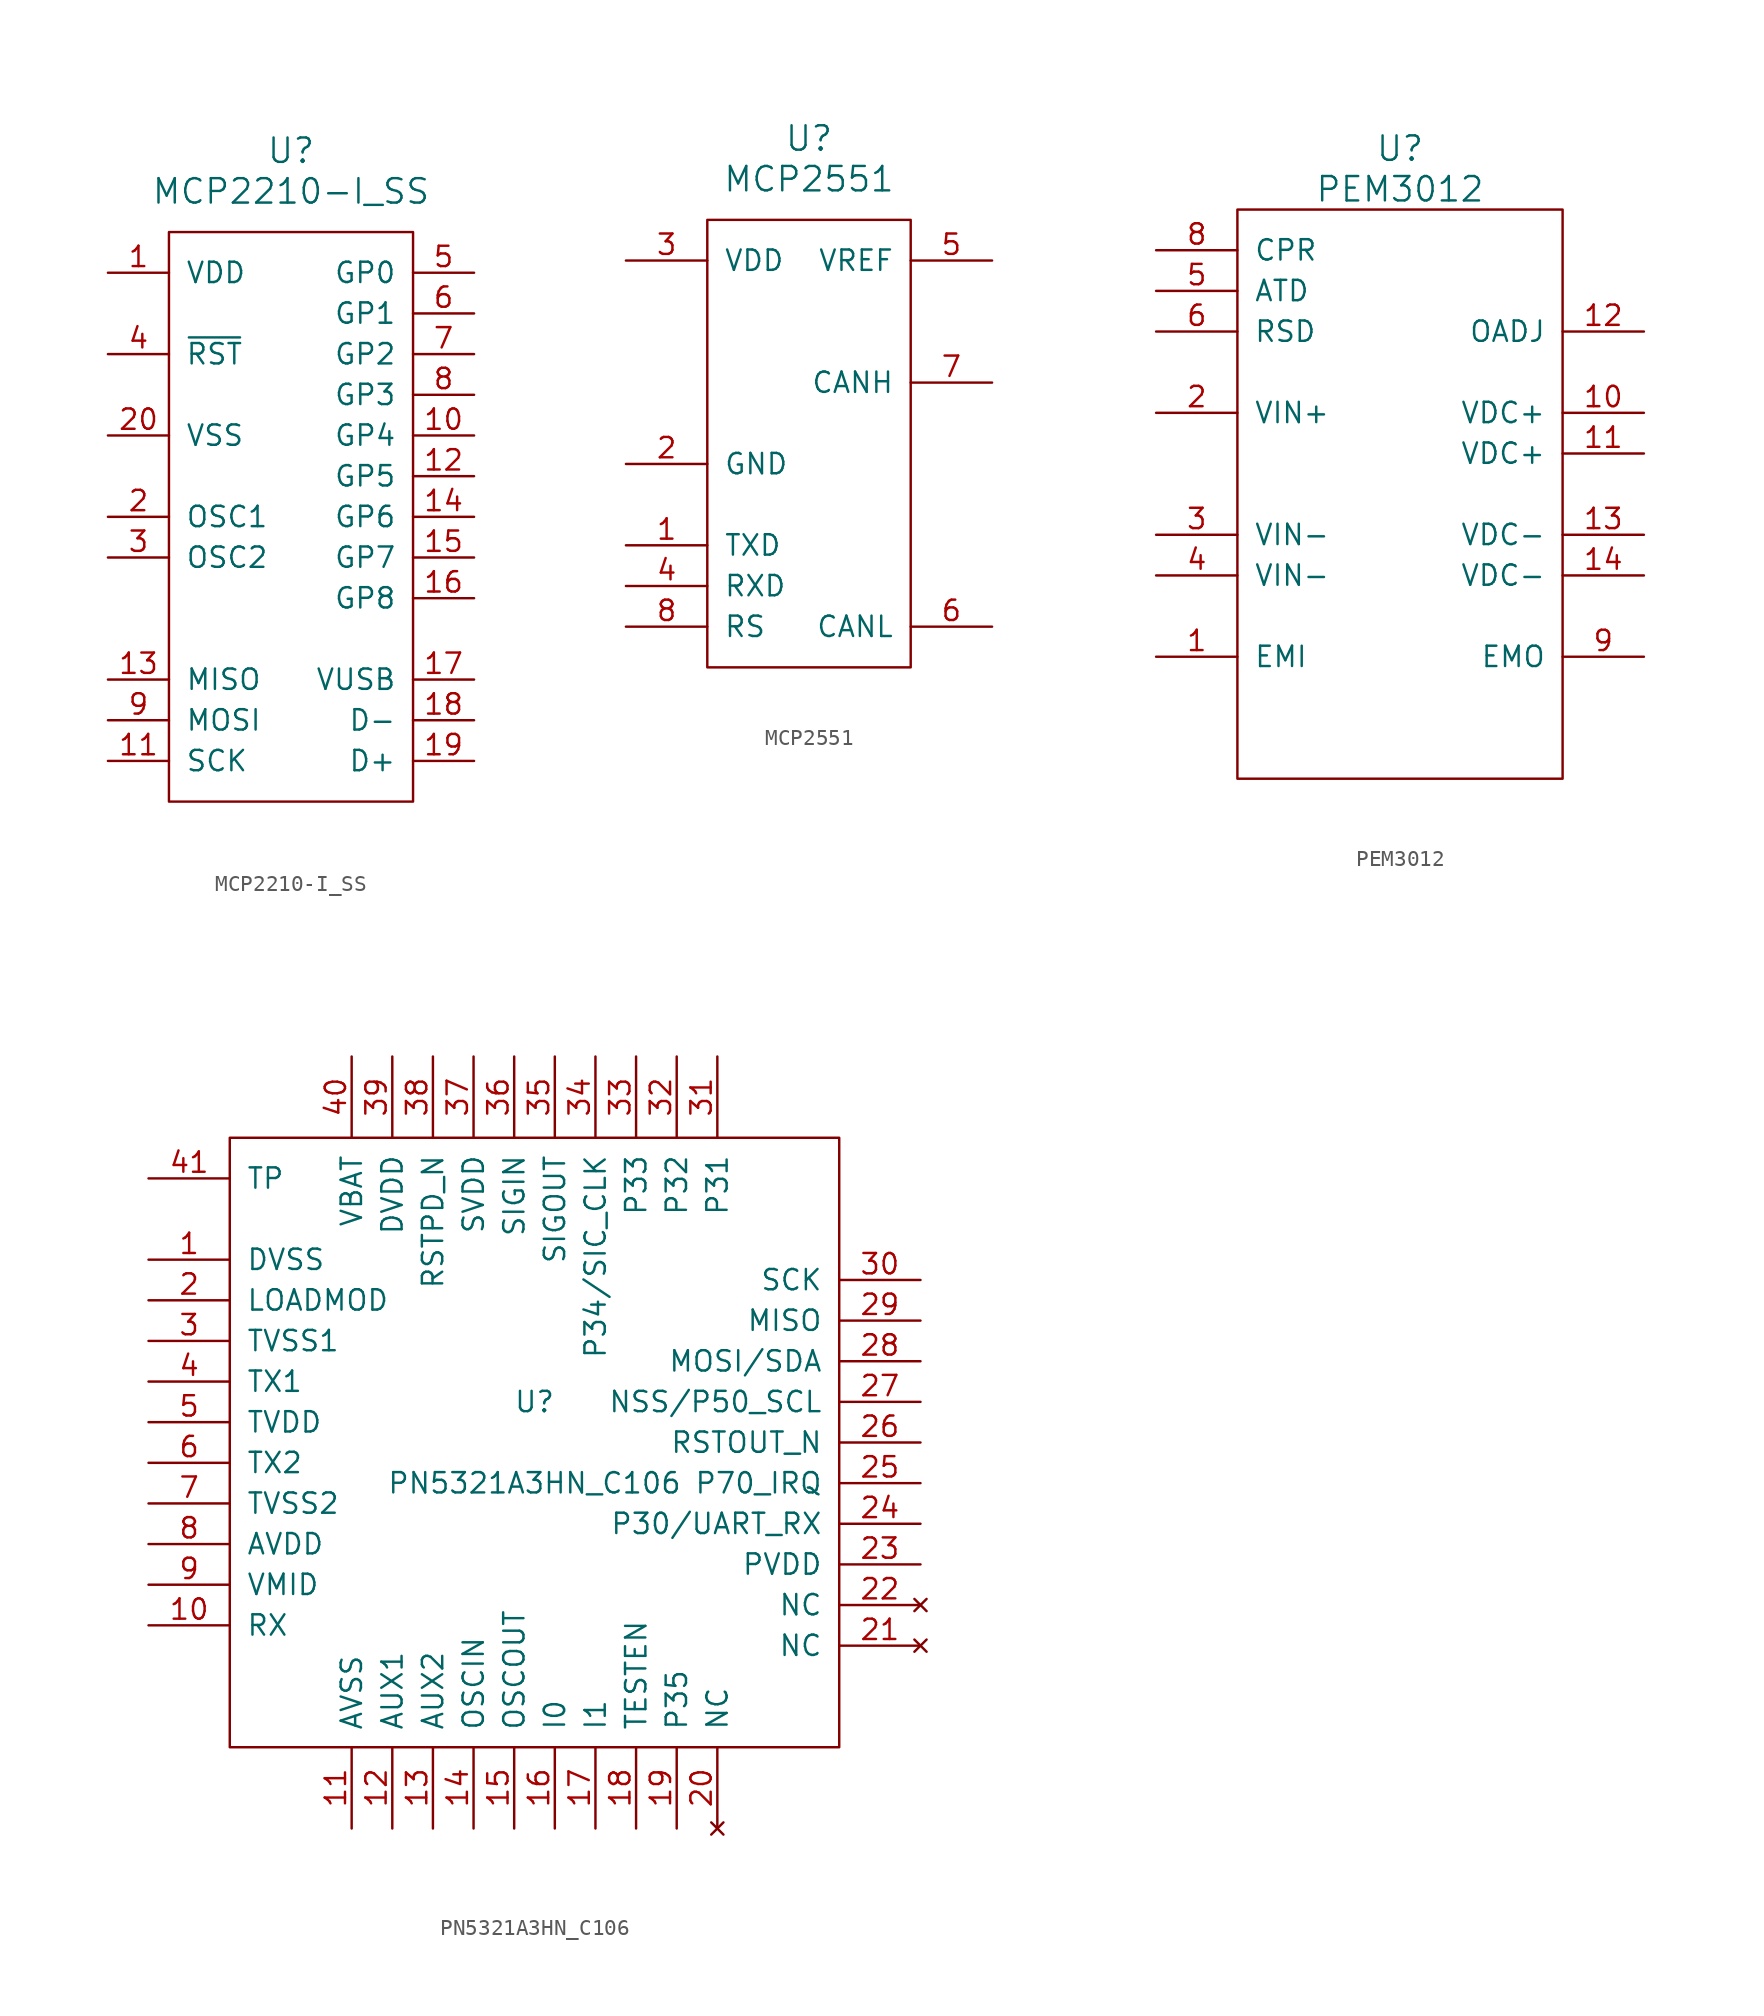
<source format=kicad_sym>
(kicad_symbol_lib
  (version 20201005)
  (generator kicad_symbol_editor)
  (symbol "MCP2210-I_SS"
    (pin_names
      (offset 1.016))
    (property "Reference" "U"
      (at 0 22.86 0)
      (effects (font (size 1.524 1.524))))
    (property "Value" "MCP2210-I_SS"
      (at 0 20.32 0)
      (effects (font (size 1.524 1.524))))
    (symbol "MCP2210-I_SS_0_1"
      (rectangle (start -7.62 17.78) (end 7.62 -17.78) (stroke (width 0)) (fill (type none))))
    (symbol "MCP2210-I_SS_1_1"
      (pin power_in line (at -11.43 15.24 0) (length 3.81) (name "VDD" (effects (font (size 1.27 1.27)))) (number "1" (effects (font (size 1.27 1.27)))))
      (pin bidirectional line (at 11.43 5.08 180) (length 3.81) (name "GP4" (effects (font (size 1.27 1.27)))) (number "10" (effects (font (size 1.27 1.27)))))
      (pin output line (at -11.43 -15.24 0) (length 3.81) (name "SCK" (effects (font (size 1.27 1.27)))) (number "11" (effects (font (size 1.27 1.27)))))
      (pin bidirectional line (at 11.43 2.54 180) (length 3.81) (name "GP5" (effects (font (size 1.27 1.27)))) (number "12" (effects (font (size 1.27 1.27)))))
      (pin input line (at -11.43 -10.16 0) (length 3.81) (name "MISO" (effects (font (size 1.27 1.27)))) (number "13" (effects (font (size 1.27 1.27)))))
      (pin bidirectional line (at 11.43 0 180) (length 3.81) (name "GP6" (effects (font (size 1.27 1.27)))) (number "14" (effects (font (size 1.27 1.27)))))
      (pin bidirectional line (at 11.43 -2.54 180) (length 3.81) (name "GP7" (effects (font (size 1.27 1.27)))) (number "15" (effects (font (size 1.27 1.27)))))
      (pin bidirectional line (at 11.43 -5.08 180) (length 3.81) (name "GP8" (effects (font (size 1.27 1.27)))) (number "16" (effects (font (size 1.27 1.27)))))
      (pin output line (at 11.43 -10.16 180) (length 3.81) (name "VUSB" (effects (font (size 1.27 1.27)))) (number "17" (effects (font (size 1.27 1.27)))))
      (pin bidirectional line (at 11.43 -12.7 180) (length 3.81) (name "D-" (effects (font (size 1.27 1.27)))) (number "18" (effects (font (size 1.27 1.27)))))
      (pin bidirectional line (at 11.43 -15.24 180) (length 3.81) (name "D+" (effects (font (size 1.27 1.27)))) (number "19" (effects (font (size 1.27 1.27)))))
      (pin input line (at -11.43 0 0) (length 3.81) (name "OSC1" (effects (font (size 1.27 1.27)))) (number "2" (effects (font (size 1.27 1.27)))))
      (pin power_in line (at -11.43 5.08 0) (length 3.81) (name "VSS" (effects (font (size 1.27 1.27)))) (number "20" (effects (font (size 1.27 1.27)))))
      (pin output line (at -11.43 -2.54 0) (length 3.81) (name "OSC2" (effects (font (size 1.27 1.27)))) (number "3" (effects (font (size 1.27 1.27)))))
      (pin input line (at -11.43 10.16 0) (length 3.81) (name "~RST" (effects (font (size 1.27 1.27)))) (number "4" (effects (font (size 1.27 1.27)))))
      (pin bidirectional line (at 11.43 15.24 180) (length 3.81) (name "GP0" (effects (font (size 1.27 1.27)))) (number "5" (effects (font (size 1.27 1.27)))))
      (pin bidirectional line (at 11.43 12.7 180) (length 3.81) (name "GP1" (effects (font (size 1.27 1.27)))) (number "6" (effects (font (size 1.27 1.27)))))
      (pin bidirectional line (at 11.43 10.16 180) (length 3.81) (name "GP2" (effects (font (size 1.27 1.27)))) (number "7" (effects (font (size 1.27 1.27)))))
      (pin bidirectional line (at 11.43 7.62 180) (length 3.81) (name "GP3" (effects (font (size 1.27 1.27)))) (number "8" (effects (font (size 1.27 1.27)))))
      (pin output line (at -11.43 -12.7 0) (length 3.81) (name "MOSI" (effects (font (size 1.27 1.27)))) (number "9" (effects (font (size 1.27 1.27)))))))
  (symbol "MCP2551"
    (pin_names
      (offset 1.016))
    (property "Reference" "U"
      (at 0 15.24 0)
      (effects (font (size 1.524 1.524))))
    (property "Value" "MCP2551"
      (at 0 12.7 0)
      (effects (font (size 1.524 1.524))))
    (symbol "MCP2551_0_1"
      (rectangle (start -6.35 10.16) (end 6.35 -17.78) (stroke (width 0)) (fill (type none))))
    (symbol "MCP2551_1_1"
      (pin input line (at -11.43 -10.16 0) (length 5.08) (name "TXD" (effects (font (size 1.27 1.27)))) (number "1" (effects (font (size 1.27 1.27)))))
      (pin power_in line (at -11.43 -5.08 0) (length 5.08) (name "GND" (effects (font (size 1.27 1.27)))) (number "2" (effects (font (size 1.27 1.27)))))
      (pin power_in line (at -11.43 7.62 0) (length 5.08) (name "VDD" (effects (font (size 1.27 1.27)))) (number "3" (effects (font (size 1.27 1.27)))))
      (pin output line (at -11.43 -12.7 0) (length 5.08) (name "RXD" (effects (font (size 1.27 1.27)))) (number "4" (effects (font (size 1.27 1.27)))))
      (pin power_out line (at 11.43 7.62 180) (length 5.08) (name "VREF" (effects (font (size 1.27 1.27)))) (number "5" (effects (font (size 1.27 1.27)))))
      (pin bidirectional line (at 11.43 -15.24 180) (length 5.08) (name "CANL" (effects (font (size 1.27 1.27)))) (number "6" (effects (font (size 1.27 1.27)))))
      (pin bidirectional line (at 11.43 0 180) (length 5.08) (name "CANH" (effects (font (size 1.27 1.27)))) (number "7" (effects (font (size 1.27 1.27)))))
      (pin input line (at -11.43 -15.24 0) (length 5.08) (name "RS" (effects (font (size 1.27 1.27)))) (number "8" (effects (font (size 1.27 1.27)))))))
  (symbol "PEM3012"
    (pin_names
      (offset 1.016))
    (property "Reference" "U"
      (at 0 21.59 0)
      (effects (font (size 1.524 1.524))))
    (property "Value" "PEM3012"
      (at 0 19.05 0)
      (effects (font (size 1.524 1.524))))
    (symbol "PEM3012_0_1"
      (rectangle (start -10.16 17.78) (end 10.16 -17.78) (stroke (width 0)) (fill (type none))))
    (symbol "PEM3012_1_1"
      (pin passive line (at -15.24 -10.16 0) (length 5.08) (name "EMI" (effects (font (size 1.27 1.27)))) (number "1" (effects (font (size 1.27 1.27)))))
      (pin power_out line (at 15.24 5.08 180) (length 5.08) (name "VDC+" (effects (font (size 1.27 1.27)))) (number "10" (effects (font (size 1.27 1.27)))))
      (pin power_out line (at 15.24 2.54 180) (length 5.08) (name "VDC+" (effects (font (size 1.27 1.27)))) (number "11" (effects (font (size 1.27 1.27)))))
      (pin input line (at 15.24 10.16 180) (length 5.08) (name "OADJ" (effects (font (size 1.27 1.27)))) (number "12" (effects (font (size 1.27 1.27)))))
      (pin power_out line (at 15.24 -2.54 180) (length 5.08) (name "VDC-" (effects (font (size 1.27 1.27)))) (number "13" (effects (font (size 1.27 1.27)))))
      (pin power_out line (at 15.24 -5.08 180) (length 5.08) (name "VDC-" (effects (font (size 1.27 1.27)))) (number "14" (effects (font (size 1.27 1.27)))))
      (pin power_in line (at -15.24 5.08 0) (length 5.08) (name "VIN+" (effects (font (size 1.27 1.27)))) (number "2" (effects (font (size 1.27 1.27)))))
      (pin power_in line (at -15.24 -2.54 0) (length 5.08) (name "VIN-" (effects (font (size 1.27 1.27)))) (number "3" (effects (font (size 1.27 1.27)))))
      (pin power_in line (at -15.24 -5.08 0) (length 5.08) (name "VIN-" (effects (font (size 1.27 1.27)))) (number "4" (effects (font (size 1.27 1.27)))))
      (pin input line (at -15.24 12.7 0) (length 5.08) (name "ATD" (effects (font (size 1.27 1.27)))) (number "5" (effects (font (size 1.27 1.27)))))
      (pin input line (at -15.24 10.16 0) (length 5.08) (name "RSD" (effects (font (size 1.27 1.27)))) (number "6" (effects (font (size 1.27 1.27)))))
      (pin unconnected line (at 0 -17.78 90) (length 0) hide (name "NC" (effects (font (size 1.27 1.27)))) (number "7" (effects (font (size 1.27 1.27)))))
      (pin input line (at -15.24 15.24 0) (length 5.08) (name "CPR" (effects (font (size 1.27 1.27)))) (number "8" (effects (font (size 1.27 1.27)))))
      (pin passive line (at 15.24 -10.16 180) (length 5.08) (name "EMO" (effects (font (size 1.27 1.27)))) (number "9" (effects (font (size 1.27 1.27)))))))
  (symbol "PN5321A3HN_C106"
    (pin_names
      (offset 1.016))
    (property "Reference" "U"
      (at 0 2.54 0)
      (effects (font (size 1.27 1.27))))
    (property "Value" "PN5321A3HN_C106"
      (at 0 -2.54 0)
      (effects (font (size 1.27 1.27))))
    (symbol "PN5321A3HN_C106_0_1"
      (rectangle (start -19.05 19.05) (end 19.05 -19.05) (stroke (width 0)) (fill (type none))))
    (symbol "PN5321A3HN_C106_1_1"
      (pin power_in line (at -24.13 11.43 0) (length 5.08) (name "DVSS" (effects (font (size 1.27 1.27)))) (number "1" (effects (font (size 1.27 1.27)))))
      (pin input line (at -24.13 -11.43 0) (length 5.08) (name "RX" (effects (font (size 1.27 1.27)))) (number "10" (effects (font (size 1.27 1.27)))))
      (pin power_in line (at -11.43 -24.13 90) (length 5.08) (name "AVSS" (effects (font (size 1.27 1.27)))) (number "11" (effects (font (size 1.27 1.27)))))
      (pin output line (at -8.89 -24.13 90) (length 5.08) (name "AUX1" (effects (font (size 1.27 1.27)))) (number "12" (effects (font (size 1.27 1.27)))))
      (pin output line (at -6.35 -24.13 90) (length 5.08) (name "AUX2" (effects (font (size 1.27 1.27)))) (number "13" (effects (font (size 1.27 1.27)))))
      (pin input line (at -3.81 -24.13 90) (length 5.08) (name "OSCIN" (effects (font (size 1.27 1.27)))) (number "14" (effects (font (size 1.27 1.27)))))
      (pin output line (at -1.27 -24.13 90) (length 5.08) (name "OSCOUT" (effects (font (size 1.27 1.27)))) (number "15" (effects (font (size 1.27 1.27)))))
      (pin input line (at 1.27 -24.13 90) (length 5.08) (name "I0" (effects (font (size 1.27 1.27)))) (number "16" (effects (font (size 1.27 1.27)))))
      (pin input line (at 3.81 -24.13 90) (length 5.08) (name "I1" (effects (font (size 1.27 1.27)))) (number "17" (effects (font (size 1.27 1.27)))))
      (pin input line (at 6.35 -24.13 90) (length 5.08) (name "TESTEN" (effects (font (size 1.27 1.27)))) (number "18" (effects (font (size 1.27 1.27)))))
      (pin bidirectional line (at 8.89 -24.13 90) (length 5.08) (name "P35" (effects (font (size 1.27 1.27)))) (number "19" (effects (font (size 1.27 1.27)))))
      (pin output line (at -24.13 8.89 0) (length 5.08) (name "LOADMOD" (effects (font (size 1.27 1.27)))) (number "2" (effects (font (size 1.27 1.27)))))
      (pin unconnected line (at 11.43 -24.13 90) (length 5.08) (name "NC" (effects (font (size 1.27 1.27)))) (number "20" (effects (font (size 1.27 1.27)))))
      (pin unconnected line (at 24.13 -12.7 180) (length 5.08) (name "NC" (effects (font (size 1.27 1.27)))) (number "21" (effects (font (size 1.27 1.27)))))
      (pin unconnected line (at 24.13 -10.16 180) (length 5.08) (name "NC" (effects (font (size 1.27 1.27)))) (number "22" (effects (font (size 1.27 1.27)))))
      (pin power_in line (at 24.13 -7.62 180) (length 5.08) (name "PVDD" (effects (font (size 1.27 1.27)))) (number "23" (effects (font (size 1.27 1.27)))))
      (pin bidirectional line (at 24.13 -5.08 180) (length 5.08) (name "P30/UART_RX" (effects (font (size 1.27 1.27)))) (number "24" (effects (font (size 1.27 1.27)))))
      (pin bidirectional line (at 24.13 -2.54 180) (length 5.08) (name "P70_IRQ" (effects (font (size 1.27 1.27)))) (number "25" (effects (font (size 1.27 1.27)))))
      (pin output line (at 24.13 0 180) (length 5.08) (name "RSTOUT_N" (effects (font (size 1.27 1.27)))) (number "26" (effects (font (size 1.27 1.27)))))
      (pin bidirectional line (at 24.13 2.54 180) (length 5.08) (name "NSS/P50_SCL" (effects (font (size 1.27 1.27)))) (number "27" (effects (font (size 1.27 1.27)))))
      (pin bidirectional line (at 24.13 5.08 180) (length 5.08) (name "MOSI/SDA" (effects (font (size 1.27 1.27)))) (number "28" (effects (font (size 1.27 1.27)))))
      (pin bidirectional line (at 24.13 7.62 180) (length 5.08) (name "MISO" (effects (font (size 1.27 1.27)))) (number "29" (effects (font (size 1.27 1.27)))))
      (pin power_in line (at -24.13 6.35 0) (length 5.08) (name "TVSS1" (effects (font (size 1.27 1.27)))) (number "3" (effects (font (size 1.27 1.27)))))
      (pin bidirectional line (at 24.13 10.16 180) (length 5.08) (name "SCK" (effects (font (size 1.27 1.27)))) (number "30" (effects (font (size 1.27 1.27)))))
      (pin bidirectional line (at 11.43 24.13 270) (length 5.08) (name "P31" (effects (font (size 1.27 1.27)))) (number "31" (effects (font (size 1.27 1.27)))))
      (pin bidirectional line (at 8.89 24.13 270) (length 5.08) (name "P32" (effects (font (size 1.27 1.27)))) (number "32" (effects (font (size 1.27 1.27)))))
      (pin bidirectional line (at 6.35 24.13 270) (length 5.08) (name "P33" (effects (font (size 1.27 1.27)))) (number "33" (effects (font (size 1.27 1.27)))))
      (pin bidirectional line (at 3.81 24.13 270) (length 5.08) (name "P34/SIC_CLK" (effects (font (size 1.27 1.27)))) (number "34" (effects (font (size 1.27 1.27)))))
      (pin output line (at 1.27 24.13 270) (length 5.08) (name "SIGOUT" (effects (font (size 1.27 1.27)))) (number "35" (effects (font (size 1.27 1.27)))))
      (pin input line (at -1.27 24.13 270) (length 5.08) (name "SIGIN" (effects (font (size 1.27 1.27)))) (number "36" (effects (font (size 1.27 1.27)))))
      (pin output line (at -3.81 24.13 270) (length 5.08) (name "SVDD" (effects (font (size 1.27 1.27)))) (number "37" (effects (font (size 1.27 1.27)))))
      (pin input line (at -6.35 24.13 270) (length 5.08) (name "RSTPD_N" (effects (font (size 1.27 1.27)))) (number "38" (effects (font (size 1.27 1.27)))))
      (pin output line (at -8.89 24.13 270) (length 5.08) (name "DVDD" (effects (font (size 1.27 1.27)))) (number "39" (effects (font (size 1.27 1.27)))))
      (pin output line (at -24.13 3.81 0) (length 5.08) (name "TX1" (effects (font (size 1.27 1.27)))) (number "4" (effects (font (size 1.27 1.27)))))
      (pin power_in line (at -11.43 24.13 270) (length 5.08) (name "VBAT" (effects (font (size 1.27 1.27)))) (number "40" (effects (font (size 1.27 1.27)))))
      (pin passive line (at -24.13 16.51 0) (length 5.08) (name "TP" (effects (font (size 1.27 1.27)))) (number "41" (effects (font (size 1.27 1.27)))))
      (pin power_in line (at -24.13 1.27 0) (length 5.08) (name "TVDD" (effects (font (size 1.27 1.27)))) (number "5" (effects (font (size 1.27 1.27)))))
      (pin output line (at -24.13 -1.27 0) (length 5.08) (name "TX2" (effects (font (size 1.27 1.27)))) (number "6" (effects (font (size 1.27 1.27)))))
      (pin power_in line (at -24.13 -3.81 0) (length 5.08) (name "TVSS2" (effects (font (size 1.27 1.27)))) (number "7" (effects (font (size 1.27 1.27)))))
      (pin power_in line (at -24.13 -6.35 0) (length 5.08) (name "AVDD" (effects (font (size 1.27 1.27)))) (number "8" (effects (font (size 1.27 1.27)))))
      (pin output line (at -24.13 -8.89 0) (length 5.08) (name "VMID" (effects (font (size 1.27 1.27)))) (number "9" (effects (font (size 1.27 1.27))))))))
</source>
